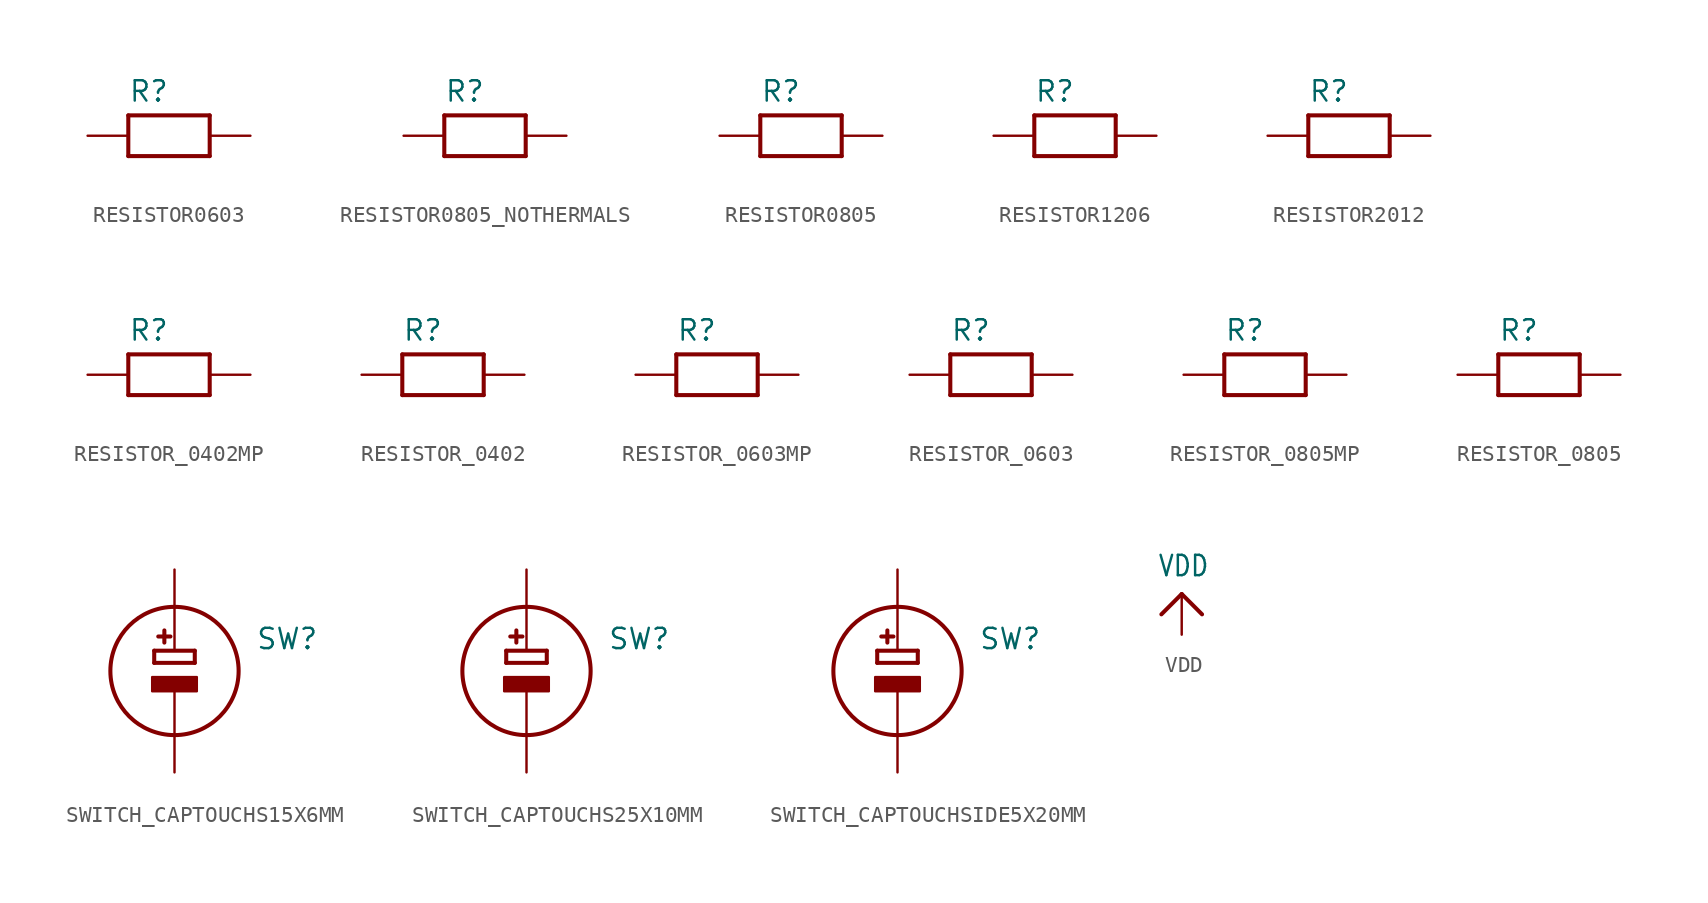
<source format=kicad_sym>
(kicad_symbol_lib
  (version 20220914)
  (generator kicad_symbol_editor)
  (symbol "RESISTOR0603"
    (property "Reference" "R"
      (at -2.54 2.032 0)
      (effects (font (size 1.27 1.27)) (justify left bottom)))
    (property "Value" ""
      (at -2.54 -3.175 0)
      (effects (font (size 1.27 1.27)) (justify left bottom)))
    (property "ki_locked" ""
      (at 0 0 0)
      (effects (font (size 1.27 1.27))))
    (symbol "RESISTOR0603_1_0"
      (polyline (pts (xy -2.54 -1.27) (xy -2.54 1.27)) (stroke (width 0.254) (type solid)) (fill (type none)))
      (polyline (pts (xy -2.54 1.27) (xy 2.54 1.27)) (stroke (width 0.254) (type solid)) (fill (type none)))
      (polyline (pts (xy 2.54 -1.27) (xy -2.54 -1.27)) (stroke (width 0.254) (type solid)) (fill (type none)))
      (polyline (pts (xy 2.54 1.27) (xy 2.54 -1.27)) (stroke (width 0.254) (type solid)) (fill (type none)))
      (pin passive line (at -5.08 0 0) (length 2.54) (name "1" (effects (font (size 0 0)))) (number "1" (effects (font (size 0 0)))))
      (pin passive line (at 5.08 0 180) (length 2.54) (name "2" (effects (font (size 0 0)))) (number "2" (effects (font (size 0 0)))))))
  (symbol "RESISTOR0805_NOTHERMALS"
    (property "Reference" "R"
      (at -2.54 2.032 0)
      (effects (font (size 1.27 1.27)) (justify left bottom)))
    (property "Value" ""
      (at -2.54 -3.175 0)
      (effects (font (size 1.27 1.27)) (justify left bottom)))
    (property "ki_locked" ""
      (at 0 0 0)
      (effects (font (size 1.27 1.27))))
    (symbol "RESISTOR0805_NOTHERMALS_1_0"
      (polyline (pts (xy -2.54 -1.27) (xy -2.54 1.27)) (stroke (width 0.254) (type solid)) (fill (type none)))
      (polyline (pts (xy -2.54 1.27) (xy 2.54 1.27)) (stroke (width 0.254) (type solid)) (fill (type none)))
      (polyline (pts (xy 2.54 -1.27) (xy -2.54 -1.27)) (stroke (width 0.254) (type solid)) (fill (type none)))
      (polyline (pts (xy 2.54 1.27) (xy 2.54 -1.27)) (stroke (width 0.254) (type solid)) (fill (type none)))
      (pin passive line (at -5.08 0 0) (length 2.54) (name "1" (effects (font (size 0 0)))) (number "1" (effects (font (size 0 0)))))
      (pin passive line (at 5.08 0 180) (length 2.54) (name "2" (effects (font (size 0 0)))) (number "2" (effects (font (size 0 0)))))))
  (symbol "RESISTOR0805"
    (property "Reference" "R"
      (at -2.54 2.032 0)
      (effects (font (size 1.27 1.27)) (justify left bottom)))
    (property "Value" ""
      (at -2.54 -3.175 0)
      (effects (font (size 1.27 1.27)) (justify left bottom)))
    (property "ki_locked" ""
      (at 0 0 0)
      (effects (font (size 1.27 1.27))))
    (symbol "RESISTOR0805_1_0"
      (polyline (pts (xy -2.54 -1.27) (xy -2.54 1.27)) (stroke (width 0.254) (type solid)) (fill (type none)))
      (polyline (pts (xy -2.54 1.27) (xy 2.54 1.27)) (stroke (width 0.254) (type solid)) (fill (type none)))
      (polyline (pts (xy 2.54 -1.27) (xy -2.54 -1.27)) (stroke (width 0.254) (type solid)) (fill (type none)))
      (polyline (pts (xy 2.54 1.27) (xy 2.54 -1.27)) (stroke (width 0.254) (type solid)) (fill (type none)))
      (pin passive line (at -5.08 0 0) (length 2.54) (name "1" (effects (font (size 0 0)))) (number "1" (effects (font (size 0 0)))))
      (pin passive line (at 5.08 0 180) (length 2.54) (name "2" (effects (font (size 0 0)))) (number "2" (effects (font (size 0 0)))))))
  (symbol "RESISTOR1206"
    (property "Reference" "R"
      (at -2.54 2.032 0)
      (effects (font (size 1.27 1.27)) (justify left bottom)))
    (property "Value" ""
      (at -2.54 -3.175 0)
      (effects (font (size 1.27 1.27)) (justify left bottom)))
    (property "ki_locked" ""
      (at 0 0 0)
      (effects (font (size 1.27 1.27))))
    (symbol "RESISTOR1206_1_0"
      (polyline (pts (xy -2.54 -1.27) (xy -2.54 1.27)) (stroke (width 0.254) (type solid)) (fill (type none)))
      (polyline (pts (xy -2.54 1.27) (xy 2.54 1.27)) (stroke (width 0.254) (type solid)) (fill (type none)))
      (polyline (pts (xy 2.54 -1.27) (xy -2.54 -1.27)) (stroke (width 0.254) (type solid)) (fill (type none)))
      (polyline (pts (xy 2.54 1.27) (xy 2.54 -1.27)) (stroke (width 0.254) (type solid)) (fill (type none)))
      (pin passive line (at -5.08 0 0) (length 2.54) (name "1" (effects (font (size 0 0)))) (number "1" (effects (font (size 0 0)))))
      (pin passive line (at 5.08 0 180) (length 2.54) (name "2" (effects (font (size 0 0)))) (number "2" (effects (font (size 0 0)))))))
  (symbol "RESISTOR2012"
    (property "Reference" "R"
      (at -2.54 2.032 0)
      (effects (font (size 1.27 1.27)) (justify left bottom)))
    (property "Value" ""
      (at -2.54 -3.175 0)
      (effects (font (size 1.27 1.27)) (justify left bottom)))
    (property "ki_locked" ""
      (at 0 0 0)
      (effects (font (size 1.27 1.27))))
    (symbol "RESISTOR2012_1_0"
      (polyline (pts (xy -2.54 -1.27) (xy -2.54 1.27)) (stroke (width 0.254) (type solid)) (fill (type none)))
      (polyline (pts (xy -2.54 1.27) (xy 2.54 1.27)) (stroke (width 0.254) (type solid)) (fill (type none)))
      (polyline (pts (xy 2.54 -1.27) (xy -2.54 -1.27)) (stroke (width 0.254) (type solid)) (fill (type none)))
      (polyline (pts (xy 2.54 1.27) (xy 2.54 -1.27)) (stroke (width 0.254) (type solid)) (fill (type none)))
      (pin passive line (at -5.08 0 0) (length 2.54) (name "1" (effects (font (size 0 0)))) (number "1" (effects (font (size 0 0)))))
      (pin passive line (at 5.08 0 180) (length 2.54) (name "2" (effects (font (size 0 0)))) (number "2" (effects (font (size 0 0)))))))
  (symbol "RESISTOR_0402MP"
    (property "Reference" "R"
      (at -2.54 2.032 0)
      (effects (font (size 1.27 1.27)) (justify left bottom)))
    (property "Value" ""
      (at -2.54 -3.175 0)
      (effects (font (size 1.27 1.27)) (justify left bottom)))
    (property "ki_locked" ""
      (at 0 0 0)
      (effects (font (size 1.27 1.27))))
    (symbol "RESISTOR_0402MP_1_0"
      (polyline (pts (xy -2.54 -1.27) (xy -2.54 1.27)) (stroke (width 0.254) (type solid)) (fill (type none)))
      (polyline (pts (xy -2.54 1.27) (xy 2.54 1.27)) (stroke (width 0.254) (type solid)) (fill (type none)))
      (polyline (pts (xy 2.54 -1.27) (xy -2.54 -1.27)) (stroke (width 0.254) (type solid)) (fill (type none)))
      (polyline (pts (xy 2.54 1.27) (xy 2.54 -1.27)) (stroke (width 0.254) (type solid)) (fill (type none)))
      (pin passive line (at -5.08 0 0) (length 2.54) (name "1" (effects (font (size 0 0)))) (number "1" (effects (font (size 0 0)))))
      (pin passive line (at 5.08 0 180) (length 2.54) (name "2" (effects (font (size 0 0)))) (number "2" (effects (font (size 0 0)))))))
  (symbol "RESISTOR_0402"
    (property "Reference" "R"
      (at -2.54 2.032 0)
      (effects (font (size 1.27 1.27)) (justify left bottom)))
    (property "Value" ""
      (at -2.54 -3.175 0)
      (effects (font (size 1.27 1.27)) (justify left bottom)))
    (property "ki_locked" ""
      (at 0 0 0)
      (effects (font (size 1.27 1.27))))
    (symbol "RESISTOR_0402_1_0"
      (polyline (pts (xy -2.54 -1.27) (xy -2.54 1.27)) (stroke (width 0.254) (type solid)) (fill (type none)))
      (polyline (pts (xy -2.54 1.27) (xy 2.54 1.27)) (stroke (width 0.254) (type solid)) (fill (type none)))
      (polyline (pts (xy 2.54 -1.27) (xy -2.54 -1.27)) (stroke (width 0.254) (type solid)) (fill (type none)))
      (polyline (pts (xy 2.54 1.27) (xy 2.54 -1.27)) (stroke (width 0.254) (type solid)) (fill (type none)))
      (pin passive line (at -5.08 0 0) (length 2.54) (name "1" (effects (font (size 0 0)))) (number "1" (effects (font (size 0 0)))))
      (pin passive line (at 5.08 0 180) (length 2.54) (name "2" (effects (font (size 0 0)))) (number "2" (effects (font (size 0 0)))))))
  (symbol "RESISTOR_0603MP"
    (property "Reference" "R"
      (at -2.54 2.032 0)
      (effects (font (size 1.27 1.27)) (justify left bottom)))
    (property "Value" ""
      (at -2.54 -3.175 0)
      (effects (font (size 1.27 1.27)) (justify left bottom)))
    (property "ki_locked" ""
      (at 0 0 0)
      (effects (font (size 1.27 1.27))))
    (symbol "RESISTOR_0603MP_1_0"
      (polyline (pts (xy -2.54 -1.27) (xy -2.54 1.27)) (stroke (width 0.254) (type solid)) (fill (type none)))
      (polyline (pts (xy -2.54 1.27) (xy 2.54 1.27)) (stroke (width 0.254) (type solid)) (fill (type none)))
      (polyline (pts (xy 2.54 -1.27) (xy -2.54 -1.27)) (stroke (width 0.254) (type solid)) (fill (type none)))
      (polyline (pts (xy 2.54 1.27) (xy 2.54 -1.27)) (stroke (width 0.254) (type solid)) (fill (type none)))
      (pin passive line (at -5.08 0 0) (length 2.54) (name "1" (effects (font (size 0 0)))) (number "1" (effects (font (size 0 0)))))
      (pin passive line (at 5.08 0 180) (length 2.54) (name "2" (effects (font (size 0 0)))) (number "2" (effects (font (size 0 0)))))))
  (symbol "RESISTOR_0603"
    (property "Reference" "R"
      (at -2.54 2.032 0)
      (effects (font (size 1.27 1.27)) (justify left bottom)))
    (property "Value" ""
      (at -2.54 -3.175 0)
      (effects (font (size 1.27 1.27)) (justify left bottom)))
    (property "ki_locked" ""
      (at 0 0 0)
      (effects (font (size 1.27 1.27))))
    (symbol "RESISTOR_0603_1_0"
      (polyline (pts (xy -2.54 -1.27) (xy -2.54 1.27)) (stroke (width 0.254) (type solid)) (fill (type none)))
      (polyline (pts (xy -2.54 1.27) (xy 2.54 1.27)) (stroke (width 0.254) (type solid)) (fill (type none)))
      (polyline (pts (xy 2.54 -1.27) (xy -2.54 -1.27)) (stroke (width 0.254) (type solid)) (fill (type none)))
      (polyline (pts (xy 2.54 1.27) (xy 2.54 -1.27)) (stroke (width 0.254) (type solid)) (fill (type none)))
      (pin passive line (at -5.08 0 0) (length 2.54) (name "1" (effects (font (size 0 0)))) (number "1" (effects (font (size 0 0)))))
      (pin passive line (at 5.08 0 180) (length 2.54) (name "2" (effects (font (size 0 0)))) (number "2" (effects (font (size 0 0)))))))
  (symbol "RESISTOR_0805MP"
    (property "Reference" "R"
      (at -2.54 2.032 0)
      (effects (font (size 1.27 1.27)) (justify left bottom)))
    (property "Value" ""
      (at -2.54 -3.175 0)
      (effects (font (size 1.27 1.27)) (justify left bottom)))
    (property "ki_locked" ""
      (at 0 0 0)
      (effects (font (size 1.27 1.27))))
    (symbol "RESISTOR_0805MP_1_0"
      (polyline (pts (xy -2.54 -1.27) (xy -2.54 1.27)) (stroke (width 0.254) (type solid)) (fill (type none)))
      (polyline (pts (xy -2.54 1.27) (xy 2.54 1.27)) (stroke (width 0.254) (type solid)) (fill (type none)))
      (polyline (pts (xy 2.54 -1.27) (xy -2.54 -1.27)) (stroke (width 0.254) (type solid)) (fill (type none)))
      (polyline (pts (xy 2.54 1.27) (xy 2.54 -1.27)) (stroke (width 0.254) (type solid)) (fill (type none)))
      (pin passive line (at -5.08 0 0) (length 2.54) (name "1" (effects (font (size 0 0)))) (number "1" (effects (font (size 0 0)))))
      (pin passive line (at 5.08 0 180) (length 2.54) (name "2" (effects (font (size 0 0)))) (number "2" (effects (font (size 0 0)))))))
  (symbol "RESISTOR_0805"
    (property "Reference" "R"
      (at -2.54 2.032 0)
      (effects (font (size 1.27 1.27)) (justify left bottom)))
    (property "Value" ""
      (at -2.54 -3.175 0)
      (effects (font (size 1.27 1.27)) (justify left bottom)))
    (property "ki_locked" ""
      (at 0 0 0)
      (effects (font (size 1.27 1.27))))
    (symbol "RESISTOR_0805_1_0"
      (polyline (pts (xy -2.54 -1.27) (xy -2.54 1.27)) (stroke (width 0.254) (type solid)) (fill (type none)))
      (polyline (pts (xy -2.54 1.27) (xy 2.54 1.27)) (stroke (width 0.254) (type solid)) (fill (type none)))
      (polyline (pts (xy 2.54 -1.27) (xy -2.54 -1.27)) (stroke (width 0.254) (type solid)) (fill (type none)))
      (polyline (pts (xy 2.54 1.27) (xy 2.54 -1.27)) (stroke (width 0.254) (type solid)) (fill (type none)))
      (pin passive line (at -5.08 0 0) (length 2.54) (name "1" (effects (font (size 0 0)))) (number "1" (effects (font (size 0 0)))))
      (pin passive line (at 5.08 0 180) (length 2.54) (name "2" (effects (font (size 0 0)))) (number "2" (effects (font (size 0 0)))))))
  (symbol "SWITCH_CAPTOUCHS15X6MM"
    (property "Reference" "SW"
      (at 5.08 0 0)
      (effects (font (size 1.27 1.27)) (justify left bottom)))
    (property "Value" ""
      (at 5.08 -2.54 0)
      (effects (font (size 1.27 1.27)) (justify left bottom)))
    (property "ki_locked" ""
      (at 0 0 0)
      (effects (font (size 1.27 1.27))))
    (symbol "SWITCH_CAPTOUCHS15X6MM_1_0"
      (rectangle (start -1.397 -2.54) (end 1.397 -1.651) (stroke (width 0) (type default)) (fill (type outline)))
      (circle (center 0 -1.27) (radius 4.016) (stroke (width 0.254) (type solid)) (fill (type none)))
      (polyline (pts (xy -1.27 -0.762) (xy -1.27 0)) (stroke (width 0.254) (type solid)) (fill (type none)))
      (polyline (pts (xy -1.27 0) (xy 1.27 0)) (stroke (width 0.254) (type solid)) (fill (type none)))
      (polyline (pts (xy -1.016 0.889) (xy -0.254 0.889)) (stroke (width 0.254) (type solid)) (fill (type none)))
      (polyline (pts (xy -0.635 1.27) (xy -0.635 0.508)) (stroke (width 0.254) (type solid)) (fill (type none)))
      (polyline (pts (xy 1.27 -0.762) (xy -1.27 -0.762)) (stroke (width 0.254) (type solid)) (fill (type none)))
      (polyline (pts (xy 1.27 0) (xy 1.27 -0.762)) (stroke (width 0.254) (type solid)) (fill (type none)))
      (pin passive line (at 0 5.08 270) (length 5.08) (name "+" (effects (font (size 0 0)))) (number "E" (effects (font (size 0 0)))))
      (pin passive line (at 0 -7.62 90) (length 5.08) (name "-" (effects (font (size 0 0)))) (number "G" (effects (font (size 0 0)))))))
  (symbol "SWITCH_CAPTOUCHS25X10MM"
    (property "Reference" "SW"
      (at 5.08 0 0)
      (effects (font (size 1.27 1.27)) (justify left bottom)))
    (property "Value" ""
      (at 5.08 -2.54 0)
      (effects (font (size 1.27 1.27)) (justify left bottom)))
    (property "ki_locked" ""
      (at 0 0 0)
      (effects (font (size 1.27 1.27))))
    (symbol "SWITCH_CAPTOUCHS25X10MM_1_0"
      (rectangle (start -1.397 -2.54) (end 1.397 -1.651) (stroke (width 0) (type default)) (fill (type outline)))
      (circle (center 0 -1.27) (radius 4.016) (stroke (width 0.254) (type solid)) (fill (type none)))
      (polyline (pts (xy -1.27 -0.762) (xy -1.27 0)) (stroke (width 0.254) (type solid)) (fill (type none)))
      (polyline (pts (xy -1.27 0) (xy 1.27 0)) (stroke (width 0.254) (type solid)) (fill (type none)))
      (polyline (pts (xy -1.016 0.889) (xy -0.254 0.889)) (stroke (width 0.254) (type solid)) (fill (type none)))
      (polyline (pts (xy -0.635 1.27) (xy -0.635 0.508)) (stroke (width 0.254) (type solid)) (fill (type none)))
      (polyline (pts (xy 1.27 -0.762) (xy -1.27 -0.762)) (stroke (width 0.254) (type solid)) (fill (type none)))
      (polyline (pts (xy 1.27 0) (xy 1.27 -0.762)) (stroke (width 0.254) (type solid)) (fill (type none)))
      (pin passive line (at 0 5.08 270) (length 5.08) (name "+" (effects (font (size 0 0)))) (number "E" (effects (font (size 0 0)))))
      (pin passive line (at 0 -7.62 90) (length 5.08) (name "-" (effects (font (size 0 0)))) (number "G" (effects (font (size 0 0)))))))
  (symbol "SWITCH_CAPTOUCHSIDE5X20MM"
    (property "Reference" "SW"
      (at 5.08 0 0)
      (effects (font (size 1.27 1.27)) (justify left bottom)))
    (property "Value" ""
      (at 5.08 -2.54 0)
      (effects (font (size 1.27 1.27)) (justify left bottom)))
    (property "ki_locked" ""
      (at 0 0 0)
      (effects (font (size 1.27 1.27))))
    (symbol "SWITCH_CAPTOUCHSIDE5X20MM_1_0"
      (rectangle (start -1.397 -2.54) (end 1.397 -1.651) (stroke (width 0) (type default)) (fill (type outline)))
      (circle (center 0 -1.27) (radius 4.016) (stroke (width 0.254) (type solid)) (fill (type none)))
      (polyline (pts (xy -1.27 -0.762) (xy -1.27 0)) (stroke (width 0.254) (type solid)) (fill (type none)))
      (polyline (pts (xy -1.27 0) (xy 1.27 0)) (stroke (width 0.254) (type solid)) (fill (type none)))
      (polyline (pts (xy -1.016 0.889) (xy -0.254 0.889)) (stroke (width 0.254) (type solid)) (fill (type none)))
      (polyline (pts (xy -0.635 1.27) (xy -0.635 0.508)) (stroke (width 0.254) (type solid)) (fill (type none)))
      (polyline (pts (xy 1.27 -0.762) (xy -1.27 -0.762)) (stroke (width 0.254) (type solid)) (fill (type none)))
      (polyline (pts (xy 1.27 0) (xy 1.27 -0.762)) (stroke (width 0.254) (type solid)) (fill (type none)))
      (pin passive line (at 0 5.08 270) (length 5.08) (name "+" (effects (font (size 0 0)))) (number "E" (effects (font (size 0 0)))))
      (pin passive line (at 0 -7.62 90) (length 5.08) (name "-" (effects (font (size 0 0)))) (number "G" (effects (font (size 0 0)))))))
  (symbol "VDD"
    (power)
    (property "Reference" ""
      (at 0 0 0)
      (effects (font (size 1.27 1.27)) hide))
    (property "Value" "VDD"
      (at -1.524 1.016 0)
      (effects (font (size 1.27 1.079)) (justify left bottom)))
    (property "ki_locked" ""
      (at 0 0 0)
      (effects (font (size 1.27 1.27))))
    (symbol "VDD_1_0"
      (polyline (pts (xy -1.27 -1.27) (xy 0 0)) (stroke (width 0.254) (type solid)) (fill (type none)))
      (polyline (pts (xy 0 0) (xy 1.27 -1.27)) (stroke (width 0.254) (type solid)) (fill (type none)))
      (pin power_in line (at 0 -2.54 90) (length 2.54) (name "VDD" (effects (font (size 0 0)))) (number "1" (effects (font (size 0 0))))))))
</source>
